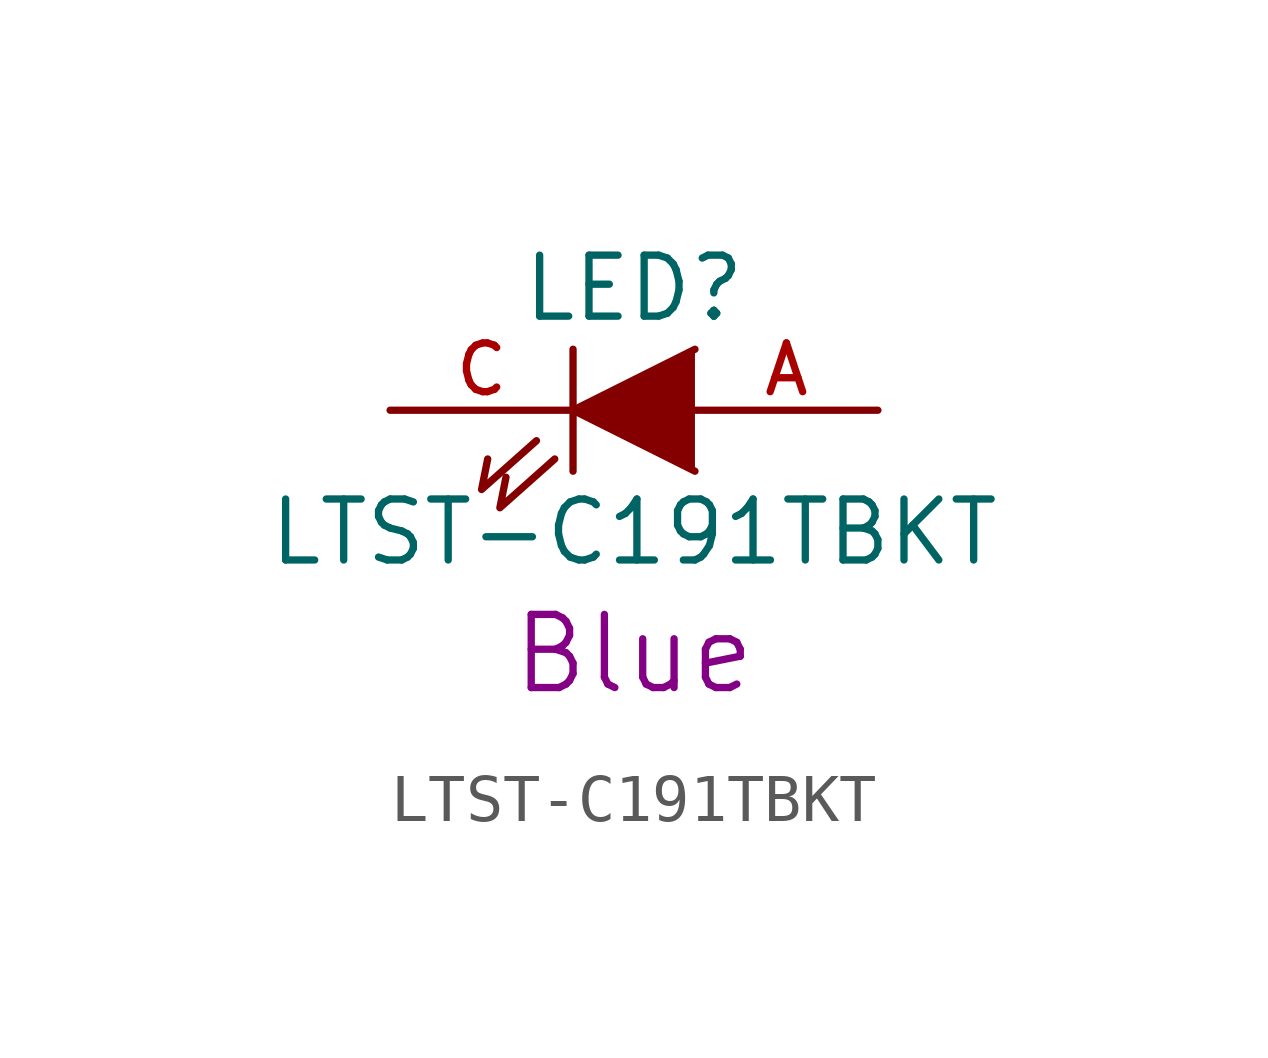
<source format=kicad_sym>
(kicad_symbol_lib
  (version 20220914)
  (generator kicad_symbol_editor)
  (symbol "LTST-C191TBKT"
    (pin_names
      (offset 1.016) hide)
    (property "Reference" "LED"
      (at 0 2.54 0)
      (effects (font (size 1.27 1.27))))
    (property "Value" "LTST-C191TBKT"
      (at 0 -2.54 0)
      (effects (font (size 1.27 1.27))))
    (property "Datasheet" ""
      (at 0 2.54 0)
      (effects (font (size 1.27 1.27))))
    (property "Color" "Blue"
      (at 0 -5.08 0)
      (effects (font (size 1.524 1.524))))
    (symbol "LTST-C191TBKT_0_1"
      (polyline (pts (xy -1.27 1.27) (xy -1.27 -1.27)) (stroke (width 0) (type solid)) (fill (type none)))
      (polyline (pts (xy -2.032 -0.635) (xy -3.175 -1.651) (xy -3.048 -1.016)) (stroke (width 0) (type solid)) (fill (type none)))
      (polyline (pts (xy -1.651 -1.016) (xy -2.794 -2.032) (xy -2.667 -1.397)) (stroke (width 0) (type solid)) (fill (type none)))
      (polyline (pts (xy 1.27 1.27) (xy -1.27 0) (xy 1.27 -1.27)) (stroke (width 0) (type solid)) (fill (type outline))))
    (symbol "LTST-C191TBKT_1_1"
      (pin passive line (at 5.08 0 180) (length 3.81) (name "A" (effects (font (size 1.016 1.016)))) (number "A" (effects (font (size 1.016 1.016)))))
      (pin passive line (at -5.08 0 0) (length 3.81) (name "C" (effects (font (size 1.016 1.016)))) (number "C" (effects (font (size 1.016 1.016))))))))
</source>
